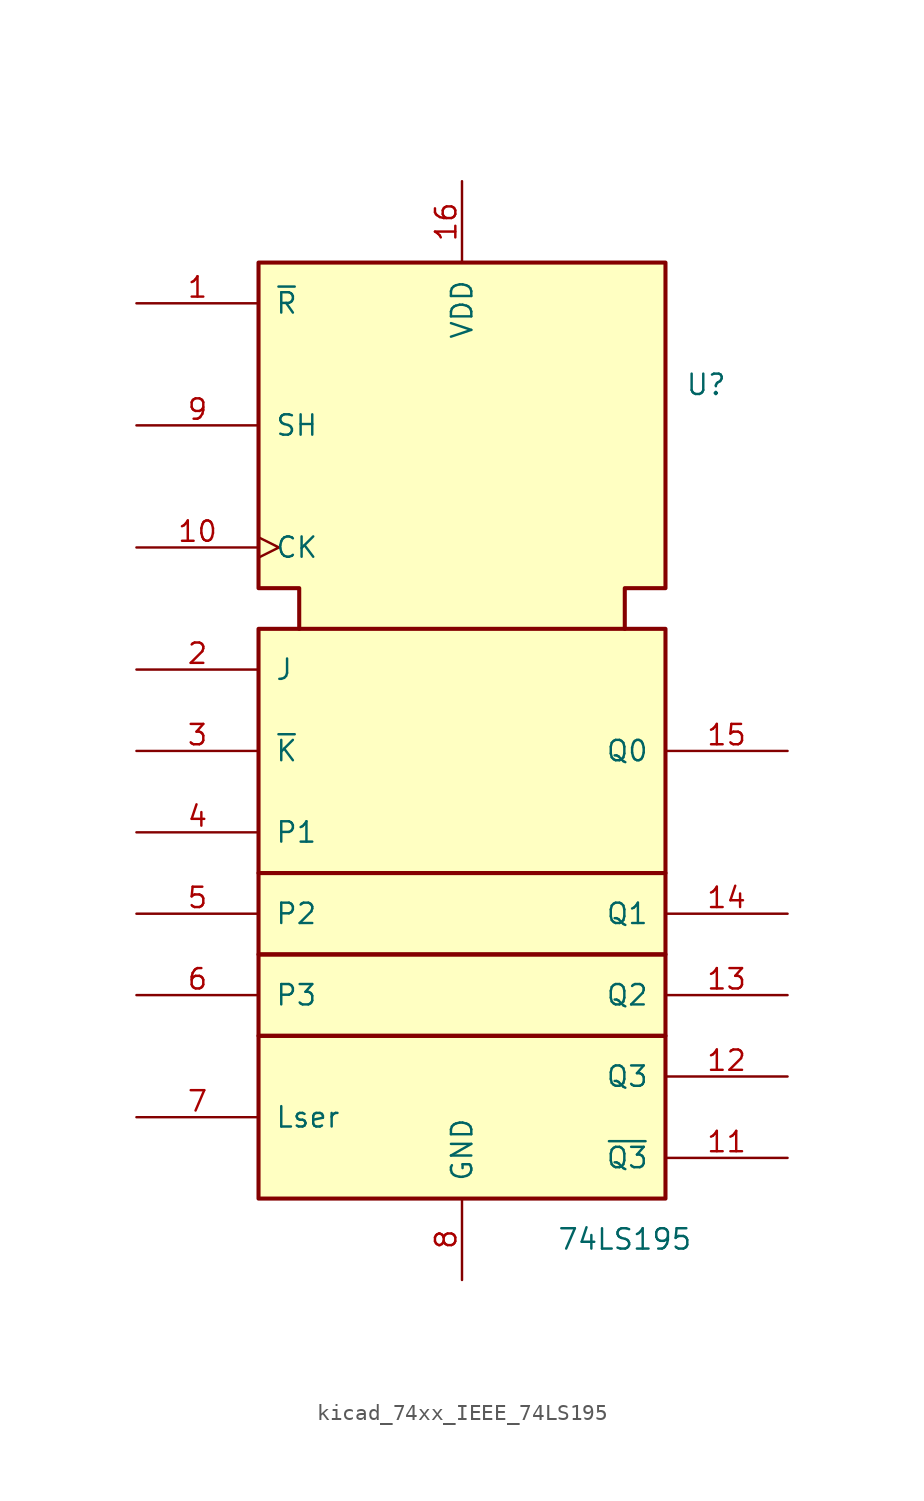
<source format=kicad_sym>
(kicad_symbol_lib
  (version 20220914)
  (generator kicad_symbol_editor)
  (symbol "kicad_74xx_IEEE_74LS195"
    (pin_names
      (offset 1.016))
    (property "Reference" "U"
      (at 15.24 17.78 0)
      (effects (font (size 1.27 1.27))))
    (property "Value" "74LS195"
      (at 10.16 -35.56 0)
      (effects (font (size 1.27 1.27))))
    (symbol "kicad_74xx_IEEE_74LS195_0_0"
      (rectangle (start -12.7 -22.86) (end 12.7 -33.02) (stroke (width 0.254) (type default)) (fill (type background)))
      (rectangle (start -12.7 -17.78) (end 12.7 -22.86) (stroke (width 0.254) (type default)) (fill (type background)))
      (rectangle (start -12.7 -12.7) (end 12.7 -17.78) (stroke (width 0.254) (type default)) (fill (type background)))
      (rectangle (start -12.7 2.54) (end 12.7 -12.7) (stroke (width 0.254) (type default)) (fill (type background)))
      (polyline (pts (xy -10.16 2.54) (xy -10.16 5.08) (xy -12.7 5.08) (xy -12.7 25.4) (xy 12.7 25.4) (xy 12.7 5.08) (xy 10.16 5.08) (xy 10.16 2.54) (xy 10.16 2.54)) (stroke (width 0.254) (type default)) (fill (type background)))
      (pin power_in line (at -20.32 -27.94 0) (length 7.62) (name "Lser" (effects (font (size 1.27 1.27)))) (number "7" (effects (font (size 1.27 1.27)))))
      (pin power_in line (at 0 -38.1 90) (length 5.08) (name "GND" (effects (font (size 1.27 1.27)))) (number "8" (effects (font (size 1.27 1.27))))))
    (symbol "kicad_74xx_IEEE_74LS195_0_1"
      (pin power_in line (at 0 30.48 270) (length 5.08) (name "VDD" (effects (font (size 1.27 1.27)))) (number "16" (effects (font (size 1.27 1.27))))))
    (symbol "kicad_74xx_IEEE_74LS195_1_1"
      (pin input line (at -20.32 22.86 0) (length 7.62) (name "~{R}" (effects (font (size 1.27 1.27)))) (number "1" (effects (font (size 1.27 1.27)))))
      (pin input clock (at -20.32 7.62 0) (length 7.62) (name "CK" (effects (font (size 1.27 1.27)))) (number "10" (effects (font (size 1.27 1.27)))))
      (pin input line (at 20.32 -30.48 180) (length 7.62) (name "~{Q3}" (effects (font (size 1.27 1.27)))) (number "11" (effects (font (size 1.27 1.27)))))
      (pin output line (at 20.32 -25.4 180) (length 7.62) (name "Q3" (effects (font (size 1.27 1.27)))) (number "12" (effects (font (size 1.27 1.27)))))
      (pin output line (at 20.32 -20.32 180) (length 7.62) (name "Q2" (effects (font (size 1.27 1.27)))) (number "13" (effects (font (size 1.27 1.27)))))
      (pin output line (at 20.32 -15.24 180) (length 7.62) (name "Q1" (effects (font (size 1.27 1.27)))) (number "14" (effects (font (size 1.27 1.27)))))
      (pin output line (at 20.32 -5.08 180) (length 7.62) (name "Q0" (effects (font (size 1.27 1.27)))) (number "15" (effects (font (size 1.27 1.27)))))
      (pin input line (at -20.32 0 0) (length 7.62) (name "J" (effects (font (size 1.27 1.27)))) (number "2" (effects (font (size 1.27 1.27)))))
      (pin input line (at -20.32 -5.08 0) (length 7.62) (name "~{K}" (effects (font (size 1.27 1.27)))) (number "3" (effects (font (size 1.27 1.27)))))
      (pin input line (at -20.32 -10.16 0) (length 7.62) (name "P1" (effects (font (size 1.27 1.27)))) (number "4" (effects (font (size 1.27 1.27)))))
      (pin input line (at -20.32 -15.24 0) (length 7.62) (name "P2" (effects (font (size 1.27 1.27)))) (number "5" (effects (font (size 1.27 1.27)))))
      (pin input line (at -20.32 -20.32 0) (length 7.62) (name "P3" (effects (font (size 1.27 1.27)))) (number "6" (effects (font (size 1.27 1.27)))))
      (pin input line (at -20.32 15.24 0) (length 7.62) (name "SH" (effects (font (size 1.27 1.27)))) (number "9" (effects (font (size 1.27 1.27))))))))
</source>
